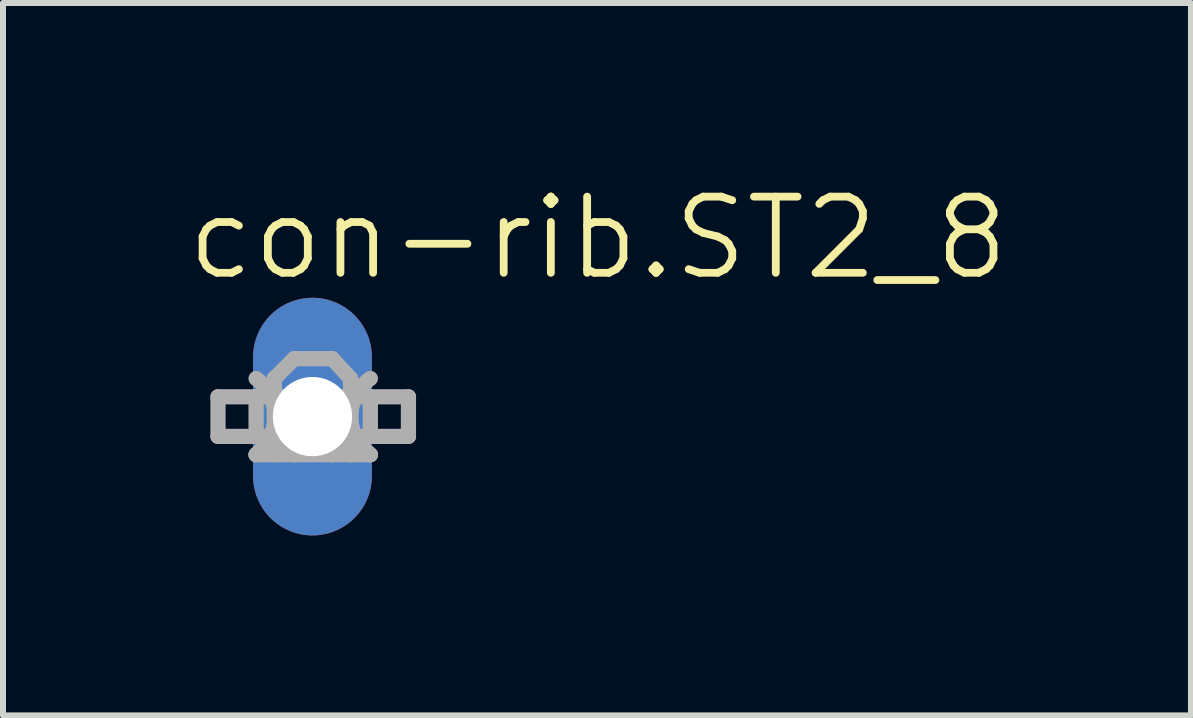
<source format=kicad_pcb>
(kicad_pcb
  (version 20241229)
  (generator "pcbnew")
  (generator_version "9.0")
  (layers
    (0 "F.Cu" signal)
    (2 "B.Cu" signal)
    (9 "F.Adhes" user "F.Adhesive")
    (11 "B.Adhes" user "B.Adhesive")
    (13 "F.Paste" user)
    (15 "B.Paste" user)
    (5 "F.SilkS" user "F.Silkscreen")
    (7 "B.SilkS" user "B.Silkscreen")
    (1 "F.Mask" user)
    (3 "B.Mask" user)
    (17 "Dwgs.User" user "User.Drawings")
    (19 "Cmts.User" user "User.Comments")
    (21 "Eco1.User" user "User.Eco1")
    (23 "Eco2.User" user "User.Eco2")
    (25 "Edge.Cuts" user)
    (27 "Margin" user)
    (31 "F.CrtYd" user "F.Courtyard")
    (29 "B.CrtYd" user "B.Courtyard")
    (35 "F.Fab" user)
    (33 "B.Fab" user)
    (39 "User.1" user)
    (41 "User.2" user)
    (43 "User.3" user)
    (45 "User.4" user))
  (footprint "con-rib.ST2_8"
    (layer "F.Cu")
    (at 2.159 3.895)
    (property "Reference" "con-rib.ST2_8" (at -2.159 -2.235 0) (layer "F.SilkS") (effects (font (size 1.27 1.27) (thickness 0.13)) (justify left bottom)))
    (attr through_hole)
    (fp_line (start -1.575 -0.33) (end -1.575 0.33) (stroke (width 0.254) (type default)) (layer "F.Fab"))
    (fp_line (start -1.575 0.33) (end -0.94 0.33) (stroke (width 0.254) (type default)) (layer "F.Fab"))
    (fp_line (start -0.94 -0.33) (end -1.575 -0.33) (stroke (width 0.254) (type default)) (layer "F.Fab"))
    (fp_line (start -0.94 -0.33) (end -0.94 0.33) (stroke (width 0.254) (type default)) (layer "F.Fab"))
    (fp_line (start -0.94 0.33) (end -0.635 0.33) (stroke (width 0.254) (type default)) (layer "F.Fab"))
    (fp_line (start -0.94 0.635) (end -0.635 0.635) (stroke (width 0.254) (type default)) (layer "F.Fab"))
    (fp_line (start -0.635 0.33) (end -0.94 0.635) (stroke (width 0.254) (type default)) (layer "F.Fab"))
    (fp_line (start -0.635 0.33) (end -0.635 -0.635) (stroke (width 0.254) (type default)) (layer "F.Fab"))
    (fp_line (start -0.635 0.33) (end -0.305 0.635) (stroke (width 0.254) (type default)) (layer "F.Fab"))
    (fp_line (start -0.635 0.33) (end 0.635 0.33) (stroke (width 0.254) (type default)) (layer "F.Fab"))
    (fp_line (start -0.635 0.635) (end -0.635 0.33) (stroke (width 0.254) (type default)) (layer "F.Fab"))
    (fp_line (start -0.635 0.635) (end -0.305 0.635) (stroke (width 0.254) (type default)) (layer "F.Fab"))
    (fp_line (start -0.305 -0.965) (end -0.635 -0.635) (stroke (width 0.254) (type default)) (layer "F.Fab"))
    (fp_line (start -0.305 -0.965) (end 0.33 -0.965) (stroke (width 0.254) (type default)) (layer "F.Fab"))
    (fp_line (start -0.305 0.635) (end 0.33 0.635) (stroke (width 0.254) (type default)) (layer "F.Fab"))
    (fp_line (start 0.33 -0.965) (end 0.635 -0.635) (stroke (width 0.254) (type default)) (layer "F.Fab"))
    (fp_line (start 0.33 0.635) (end 0.635 0.635) (stroke (width 0.254) (type default)) (layer "F.Fab"))
    (fp_line (start 0.635 0.33) (end 0.33 0.635) (stroke (width 0.254) (type default)) (layer "F.Fab"))
    (fp_line (start 0.635 0.33) (end 0.635 -0.635) (stroke (width 0.254) (type default)) (layer "F.Fab"))
    (fp_line (start 0.635 0.33) (end 0.965 0.33) (stroke (width 0.254) (type default)) (layer "F.Fab"))
    (fp_line (start 0.635 0.33) (end 0.965 0.635) (stroke (width 0.254) (type default)) (layer "F.Fab"))
    (fp_line (start 0.635 0.635) (end 0.635 0.33) (stroke (width 0.254) (type default)) (layer "F.Fab"))
    (fp_line (start 0.635 0.635) (end 0.965 0.635) (stroke (width 0.254) (type default)) (layer "F.Fab"))
    (fp_line (start 0.965 -0.33) (end -0.94 -0.33) (stroke (width 0.254) (type default)) (layer "F.Fab"))
    (fp_line (start 0.965 -0.33) (end 1.6 -0.33) (stroke (width 0.254) (type default)) (layer "F.Fab"))
    (fp_line (start 0.965 0.33) (end 0.965 -0.33) (stroke (width 0.254) (type default)) (layer "F.Fab"))
    (fp_line (start 1.6 -0.33) (end 1.6 0.33) (stroke (width 0.254) (type default)) (layer "F.Fab"))
    (fp_line (start 1.6 0.33) (end 0.965 0.33) (stroke (width 0.254) (type default)) (layer "F.Fab"))
    (fp_arc (start -0.9398 -0.635) (mid -0.624824 0) (end -0.9398 0.635) (stroke (width 0.254) (type default)) (layer "F.Fab"))
    (fp_arc (start 0.9652 0.635) (mid 0.639932 0) (end 0.9652 -0.635) (stroke (width 0.254) (type default)) (layer "F.Fab"))
    (pad "1" thru_hole oval (at 0 0 90) (size 3.962 1.981) (drill 1.321) (layers "*.Cu" "*.Mask")))
  (gr_rect
    (start -3 -3)
    (end 16.804 8.876)
    (stroke (width 0.1) (type default))
    (fill no)
    (layer "Edge.Cuts")))
</source>
